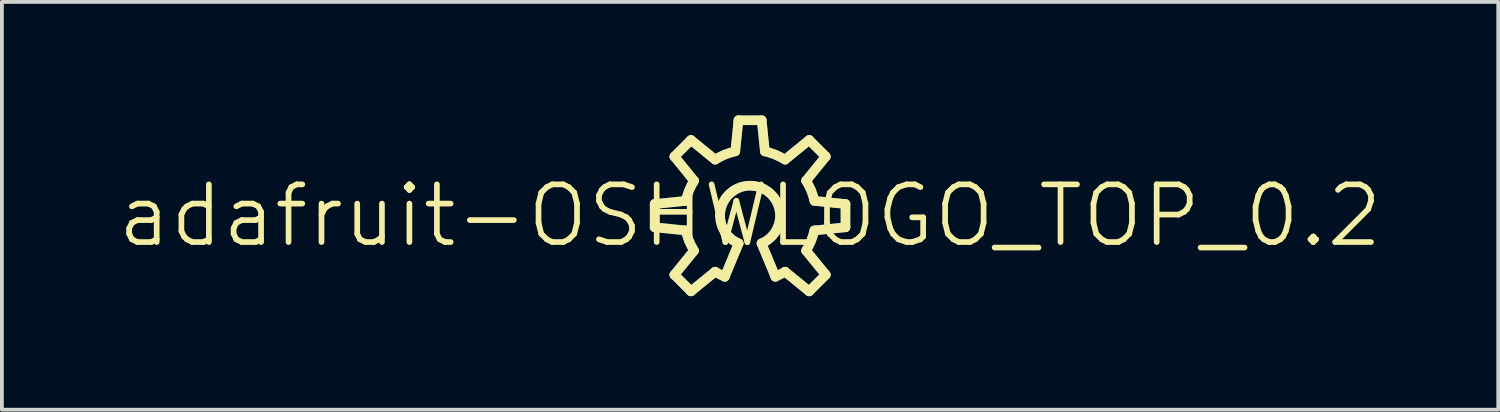
<source format=kicad_pcb>
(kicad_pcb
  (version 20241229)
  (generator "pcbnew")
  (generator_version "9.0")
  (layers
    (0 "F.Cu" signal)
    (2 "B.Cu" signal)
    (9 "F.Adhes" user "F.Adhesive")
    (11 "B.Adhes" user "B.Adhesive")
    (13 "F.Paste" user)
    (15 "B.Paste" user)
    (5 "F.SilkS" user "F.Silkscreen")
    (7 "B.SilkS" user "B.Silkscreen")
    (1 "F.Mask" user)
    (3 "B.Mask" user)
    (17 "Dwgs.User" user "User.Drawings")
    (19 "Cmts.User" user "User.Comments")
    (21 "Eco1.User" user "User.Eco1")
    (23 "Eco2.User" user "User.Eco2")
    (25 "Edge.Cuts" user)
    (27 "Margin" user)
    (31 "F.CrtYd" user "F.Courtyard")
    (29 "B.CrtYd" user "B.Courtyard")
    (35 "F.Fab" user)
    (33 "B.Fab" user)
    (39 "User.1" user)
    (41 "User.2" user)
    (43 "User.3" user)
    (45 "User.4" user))
  (footprint "adafruit-OSHWLOGO_TOP_0.2"
    (layer "F.Cu")
    (at 16.764 2.647)
    (property "Reference" "adafruit-OSHWLOGO_TOP_0.2" (at 0 0 0) (layer "F.SilkS") (effects (font (size 1.524 1.524) (thickness 0.15))))
    (attr exclude_from_pos_files exclude_from_bom)
    (fp_line (start -2.52 -0.307) (end -2.52 0.307) (stroke (width 0.254) (type solid)) (layer "B.Cu"))
    (fp_line (start -2.52 0.307) (end -1.699 0.391) (stroke (width 0.254) (type solid)) (layer "B.Cu"))
    (fp_line (start -1.999 -1.562) (end -1.481 -0.925) (stroke (width 0.254) (type solid)) (layer "B.Cu"))
    (fp_line (start -1.999 1.562) (end -1.562 1.999) (stroke (width 0.254) (type solid)) (layer "B.Cu"))
    (fp_line (start -1.699 -0.391) (end -2.52 -0.307) (stroke (width 0.254) (type solid)) (layer "B.Cu"))
    (fp_line (start -1.699 0.391) (end -1.613 0.668) (stroke (width 0.254) (type solid)) (layer "B.Cu"))
    (fp_line (start -1.613 -0.668) (end -1.699 -0.391) (stroke (width 0.254) (type solid)) (layer "B.Cu"))
    (fp_line (start -1.613 0.668) (end -1.481 0.925) (stroke (width 0.254) (type solid)) (layer "B.Cu"))
    (fp_line (start -1.562 -1.999) (end -1.999 -1.562) (stroke (width 0.254) (type solid)) (layer "B.Cu"))
    (fp_line (start -1.562 1.999) (end -0.925 1.481) (stroke (width 0.254) (type solid)) (layer "B.Cu"))
    (fp_line (start -1.481 -0.925) (end -1.613 -0.668) (stroke (width 0.254) (type solid)) (layer "B.Cu"))
    (fp_line (start -1.481 0.925) (end -1.999 1.562) (stroke (width 0.254) (type solid)) (layer "B.Cu"))
    (fp_line (start -0.925 -1.481) (end -1.562 -1.999) (stroke (width 0.254) (type solid)) (layer "B.Cu"))
    (fp_line (start -0.925 1.481) (end -0.668 1.613) (stroke (width 0.254) (type solid)) (layer "B.Cu"))
    (fp_line (start -0.792 0) (end -0.775 -0.16) (stroke (width 0.254) (type solid)) (layer "B.Cu"))
    (fp_line (start -0.777 0.152) (end -0.792 0) (stroke (width 0.254) (type solid)) (layer "B.Cu"))
    (fp_line (start -0.775 -0.16) (end -0.726 -0.315) (stroke (width 0.254) (type solid)) (layer "B.Cu"))
    (fp_line (start -0.732 0.302) (end -0.777 0.152) (stroke (width 0.254) (type solid)) (layer "B.Cu"))
    (fp_line (start -0.726 -0.315) (end -0.645 -0.457) (stroke (width 0.254) (type solid)) (layer "B.Cu"))
    (fp_line (start -0.668 -1.613) (end -0.925 -1.481) (stroke (width 0.254) (type solid)) (layer "B.Cu"))
    (fp_line (start -0.668 1.613) (end -0.302 0.732) (stroke (width 0.254) (type solid)) (layer "B.Cu"))
    (fp_line (start -0.658 0.439) (end -0.732 0.302) (stroke (width 0.254) (type solid)) (layer "B.Cu"))
    (fp_line (start -0.645 -0.457) (end -0.538 -0.582) (stroke (width 0.254) (type solid)) (layer "B.Cu"))
    (fp_line (start -0.559 0.559) (end -0.658 0.439) (stroke (width 0.254) (type solid)) (layer "B.Cu"))
    (fp_line (start -0.538 -0.582) (end -0.409 -0.678) (stroke (width 0.254) (type solid)) (layer "B.Cu"))
    (fp_line (start -0.439 0.658) (end -0.559 0.559) (stroke (width 0.254) (type solid)) (layer "B.Cu"))
    (fp_line (start -0.409 -0.678) (end -0.262 -0.747) (stroke (width 0.254) (type solid)) (layer "B.Cu"))
    (fp_line (start -0.391 -1.699) (end -0.668 -1.613) (stroke (width 0.254) (type solid)) (layer "B.Cu"))
    (fp_line (start -0.307 -2.52) (end -0.391 -1.699) (stroke (width 0.254) (type solid)) (layer "B.Cu"))
    (fp_line (start -0.302 0.732) (end -0.439 0.658) (stroke (width 0.254) (type solid)) (layer "B.Cu"))
    (fp_line (start -0.262 -0.747) (end -0.102 -0.785) (stroke (width 0.254) (type solid)) (layer "B.Cu"))
    (fp_line (start -0.102 -0.785) (end 0.058 -0.79) (stroke (width 0.254) (type solid)) (layer "B.Cu"))
    (fp_line (start 0.058 -0.79) (end 0.218 -0.762) (stroke (width 0.254) (type solid)) (layer "B.Cu"))
    (fp_line (start 0.218 -0.762) (end 0.371 -0.701) (stroke (width 0.254) (type solid)) (layer "B.Cu"))
    (fp_line (start 0.302 0.732) (end 0.668 1.613) (stroke (width 0.254) (type solid)) (layer "B.Cu"))
    (fp_line (start 0.307 -2.52) (end -0.307 -2.52) (stroke (width 0.254) (type solid)) (layer "B.Cu"))
    (fp_line (start 0.371 -0.701) (end 0.505 -0.61) (stroke (width 0.254) (type solid)) (layer "B.Cu"))
    (fp_line (start 0.391 -1.699) (end 0.307 -2.52) (stroke (width 0.254) (type solid)) (layer "B.Cu"))
    (fp_line (start 0.447 0.655) (end 0.302 0.732) (stroke (width 0.254) (type solid)) (layer "B.Cu"))
    (fp_line (start 0.505 -0.61) (end 0.62 -0.493) (stroke (width 0.254) (type solid)) (layer "B.Cu"))
    (fp_line (start 0.572 0.549) (end 0.447 0.655) (stroke (width 0.254) (type solid)) (layer "B.Cu"))
    (fp_line (start 0.62 -0.493) (end 0.706 -0.356) (stroke (width 0.254) (type solid)) (layer "B.Cu"))
    (fp_line (start 0.668 -1.613) (end 0.391 -1.699) (stroke (width 0.254) (type solid)) (layer "B.Cu"))
    (fp_line (start 0.668 1.613) (end 0.925 1.481) (stroke (width 0.254) (type solid)) (layer "B.Cu"))
    (fp_line (start 0.671 0.422) (end 0.572 0.549) (stroke (width 0.254) (type solid)) (layer "B.Cu"))
    (fp_line (start 0.706 -0.356) (end 0.765 -0.203) (stroke (width 0.254) (type solid)) (layer "B.Cu"))
    (fp_line (start 0.742 0.274) (end 0.671 0.422) (stroke (width 0.254) (type solid)) (layer "B.Cu"))
    (fp_line (start 0.765 -0.203) (end 0.79 -0.043) (stroke (width 0.254) (type solid)) (layer "B.Cu"))
    (fp_line (start 0.782 0.117) (end 0.742 0.274) (stroke (width 0.254) (type solid)) (layer "B.Cu"))
    (fp_line (start 0.79 -0.043) (end 0.782 0.117) (stroke (width 0.254) (type solid)) (layer "B.Cu"))
    (fp_line (start 0.925 -1.481) (end 0.668 -1.613) (stroke (width 0.254) (type solid)) (layer "B.Cu"))
    (fp_line (start 0.925 1.481) (end 1.562 1.999) (stroke (width 0.254) (type solid)) (layer "B.Cu"))
    (fp_line (start 1.481 -0.925) (end 1.999 -1.562) (stroke (width 0.254) (type solid)) (layer "B.Cu"))
    (fp_line (start 1.481 0.925) (end 1.613 0.668) (stroke (width 0.254) (type solid)) (layer "B.Cu"))
    (fp_line (start 1.562 -1.999) (end 0.925 -1.481) (stroke (width 0.254) (type solid)) (layer "B.Cu"))
    (fp_line (start 1.562 1.999) (end 1.999 1.562) (stroke (width 0.254) (type solid)) (layer "B.Cu"))
    (fp_line (start 1.613 -0.668) (end 1.481 -0.925) (stroke (width 0.254) (type solid)) (layer "B.Cu"))
    (fp_line (start 1.613 0.668) (end 1.699 0.391) (stroke (width 0.254) (type solid)) (layer "B.Cu"))
    (fp_line (start 1.699 -0.391) (end 1.613 -0.668) (stroke (width 0.254) (type solid)) (layer "B.Cu"))
    (fp_line (start 1.699 0.391) (end 2.52 0.307) (stroke (width 0.254) (type solid)) (layer "B.Cu"))
    (fp_line (start 1.999 -1.562) (end 1.562 -1.999) (stroke (width 0.254) (type solid)) (layer "B.Cu"))
    (fp_line (start 1.999 1.562) (end 1.481 0.925) (stroke (width 0.254) (type solid)) (layer "B.Cu"))
    (fp_line (start 2.52 -0.307) (end 1.699 -0.391) (stroke (width 0.254) (type solid)) (layer "B.Cu"))
    (fp_line (start 2.52 0.307) (end 2.52 -0.307) (stroke (width 0.254) (type solid)) (layer "B.Cu"))
    (fp_line (start -2.52 -0.307) (end -2.52 0.307) (stroke (width 0.254) (type solid)) (layer "F.SilkS"))
    (fp_line (start -2.52 0.307) (end -1.699 0.391) (stroke (width 0.254) (type solid)) (layer "F.SilkS"))
    (fp_line (start -1.999 -1.562) (end -1.481 -0.925) (stroke (width 0.254) (type solid)) (layer "F.SilkS"))
    (fp_line (start -1.999 1.562) (end -1.562 1.999) (stroke (width 0.254) (type solid)) (layer "F.SilkS"))
    (fp_line (start -1.699 -0.391) (end -2.52 -0.307) (stroke (width 0.254) (type solid)) (layer "F.SilkS"))
    (fp_line (start -1.562 -1.999) (end -1.999 -1.562) (stroke (width 0.254) (type solid)) (layer "F.SilkS"))
    (fp_line (start -1.562 1.999) (end -0.925 1.481) (stroke (width 0.254) (type solid)) (layer "F.SilkS"))
    (fp_line (start -1.481 0.925) (end -1.999 1.562) (stroke (width 0.254) (type solid)) (layer "F.SilkS"))
    (fp_line (start -0.925 -1.481) (end -1.562 -1.999) (stroke (width 0.254) (type solid)) (layer "F.SilkS"))
    (fp_line (start -0.668 1.613) (end -0.302 0.732) (stroke (width 0.254) (type solid)) (layer "F.SilkS"))
    (fp_line (start -0.307 -2.52) (end -0.391 -1.699) (stroke (width 0.254) (type solid)) (layer "F.SilkS"))
    (fp_line (start 0.302 0.732) (end 0.668 1.613) (stroke (width 0.254) (type solid)) (layer "F.SilkS"))
    (fp_line (start 0.307 -2.52) (end -0.307 -2.52) (stroke (width 0.254) (type solid)) (layer "F.SilkS"))
    (fp_line (start 0.391 -1.699) (end 0.307 -2.52) (stroke (width 0.254) (type solid)) (layer "F.SilkS"))
    (fp_line (start 0.925 1.481) (end 1.562 1.999) (stroke (width 0.254) (type solid)) (layer "F.SilkS"))
    (fp_line (start 1.481 -0.925) (end 1.999 -1.562) (stroke (width 0.254) (type solid)) (layer "F.SilkS"))
    (fp_line (start 1.562 -1.999) (end 0.925 -1.481) (stroke (width 0.254) (type solid)) (layer "F.SilkS"))
    (fp_line (start 1.562 1.999) (end 1.999 1.562) (stroke (width 0.254) (type solid)) (layer "F.SilkS"))
    (fp_line (start 1.699 0.391) (end 2.52 0.307) (stroke (width 0.254) (type solid)) (layer "F.SilkS"))
    (fp_line (start 1.999 -1.562) (end 1.562 -1.999) (stroke (width 0.254) (type solid)) (layer "F.SilkS"))
    (fp_line (start 1.999 1.562) (end 1.481 0.925) (stroke (width 0.254) (type solid)) (layer "F.SilkS"))
    (fp_line (start 2.52 -0.307) (end 1.699 -0.391) (stroke (width 0.254) (type solid)) (layer "F.SilkS"))
    (fp_line (start 2.52 0.307) (end 2.52 -0.307) (stroke (width 0.254) (type solid)) (layer "F.SilkS"))
    (fp_arc (start -1.69926 -0.39116) (mid -1.611396 -0.666254) (end -1.479333 -0.923074) (stroke (width 0.254) (type solid)) (layer "F.SilkS"))
    (fp_arc (start -1.48082 0.92456) (mid -1.613108 0.667475) (end -1.70115 0.392081) (stroke (width 0.254) (type solid)) (layer "F.SilkS"))
    (fp_arc (start -0.92456 -1.48082) (mid -0.667475 -1.613108) (end -0.392081 -1.70115) (stroke (width 0.254) (type solid)) (layer "F.SilkS"))
    (fp_arc (start -0.79248 0) (mid 0.439703 -0.659307) (end 0.304546 0.731626) (stroke (width 0.254) (type solid)) (layer "F.SilkS"))
    (fp_arc (start -0.66802 1.6129) (mid -0.799287 1.552043) (end -0.925064 1.480525) (stroke (width 0.254) (type solid)) (layer "F.SilkS"))
    (fp_arc (start -0.30226 0.73152) (mid -0.657731 0.44031) (end -0.791506 0.000689) (stroke (width 0.254) (type solid)) (layer "F.SilkS"))
    (fp_arc (start 0.39116 -1.69926) (mid 0.666254 -1.611396) (end 0.923074 -1.479333) (stroke (width 0.254) (type solid)) (layer "F.SilkS"))
    (fp_arc (start 0.92456 1.48082) (mid 0.79876 1.552295) (end 0.667474 1.613108) (stroke (width 0.254) (type solid)) (layer "F.SilkS"))
    (fp_arc (start 1.48082 -0.92456) (mid 1.613108 -0.667475) (end 1.70115 -0.392081) (stroke (width 0.254) (type solid)) (layer "F.SilkS"))
    (fp_arc (start 1.69926 0.39116) (mid 1.611396 0.666254) (end 1.479333 0.923074) (stroke (width 0.254) (type solid)) (layer "F.SilkS")))
  (gr_rect
    (start -3 -3)
    (end 36.528 7.773)
    (stroke (width 0.1) (type default))
    (fill no)
    (layer "Edge.Cuts")))
</source>
